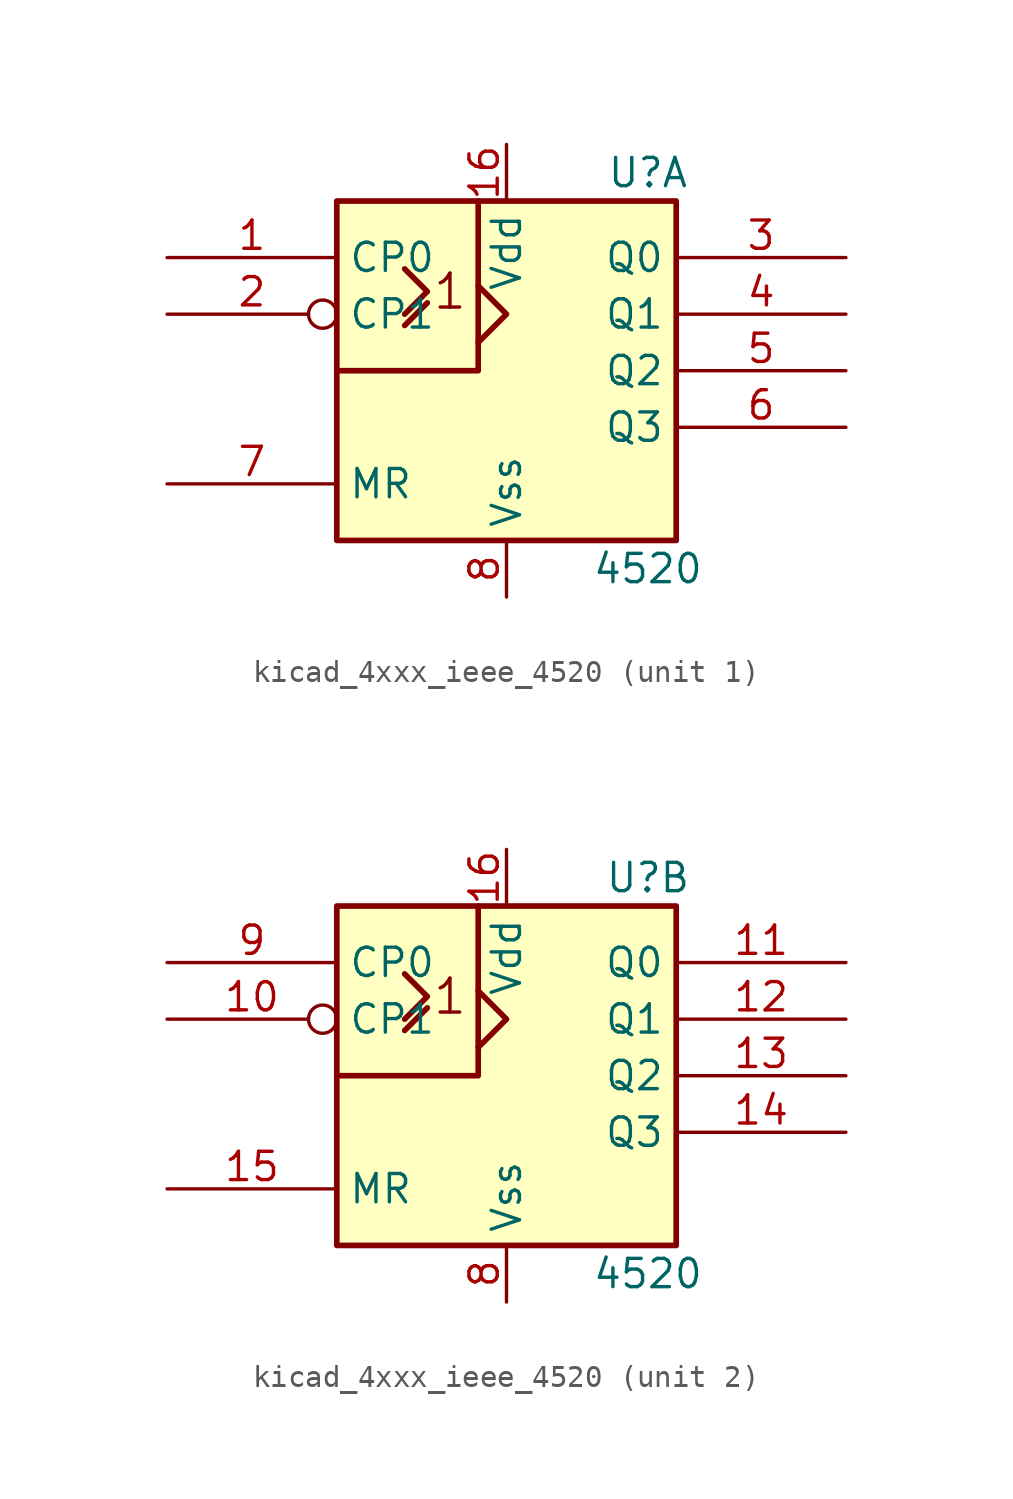
<source format=kicad_sym>
(kicad_symbol_lib
  (version 20220914)
  (generator kicad_symbol_editor)
  (symbol "kicad_4xxx_ieee_4520"
    (property "Reference" "U"
      (at 6.35 8.89 0)
      (effects (font (size 1.27 1.27))))
    (property "Value" "4520"
      (at 6.35 -8.89 0)
      (effects (font (size 1.27 1.27))))
    (symbol "kicad_4xxx_ieee_4520_0_0"
      (text "1" (at -2.54 3.556 0) (effects (font (size 1.524 1.524)))))
    (symbol "kicad_4xxx_ieee_4520_0_1"
      (rectangle (start -7.62 7.62) (end 7.62 -7.62) (stroke (width 0.254) (type default)) (fill (type background)))
      (polyline (pts (xy -4.572 2.032) (xy -3.556 3.048) (xy -3.556 3.048)) (stroke (width 0.254) (type default)) (fill (type background)))
      (polyline (pts (xy -4.572 4.572) (xy -3.556 3.556) (xy -4.572 2.54) (xy -4.572 2.54)) (stroke (width 0.254) (type default)) (fill (type background)))
      (polyline (pts (xy -1.27 3.81) (xy 0 2.54) (xy -1.27 1.27) (xy -1.27 1.27)) (stroke (width 0.254) (type default)) (fill (type background)))
      (polyline (pts (xy -1.27 7.62) (xy -1.27 0) (xy -7.62 0) (xy -6.35 0)) (stroke (width 0.254) (type default)) (fill (type background)))
      (pin power_in line (at 0 10.16 270) (length 2.54) (name "Vdd" (effects (font (size 1.27 1.27)))) (number "16" (effects (font (size 1.27 1.27)))))
      (pin power_in line (at 0 -10.16 90) (length 2.54) (name "Vss" (effects (font (size 1.27 1.27)))) (number "8" (effects (font (size 1.27 1.27))))))
    (symbol "kicad_4xxx_ieee_4520_1_1"
      (pin input line (at -15.24 5.08 0) (length 7.62) (name "CP0" (effects (font (size 1.27 1.27)))) (number "1" (effects (font (size 1.27 1.27)))))
      (pin input inverted (at -15.24 2.54 0) (length 7.62) (name "CP1" (effects (font (size 1.27 1.27)))) (number "2" (effects (font (size 1.27 1.27)))))
      (pin output line (at 15.24 5.08 180) (length 7.62) (name "Q0" (effects (font (size 1.27 1.27)))) (number "3" (effects (font (size 1.27 1.27)))))
      (pin output line (at 15.24 2.54 180) (length 7.62) (name "Q1" (effects (font (size 1.27 1.27)))) (number "4" (effects (font (size 1.27 1.27)))))
      (pin output line (at 15.24 0 180) (length 7.62) (name "Q2" (effects (font (size 1.27 1.27)))) (number "5" (effects (font (size 1.27 1.27)))))
      (pin output line (at 15.24 -2.54 180) (length 7.62) (name "Q3" (effects (font (size 1.27 1.27)))) (number "6" (effects (font (size 1.27 1.27)))))
      (pin input line (at -15.24 -5.08 0) (length 7.62) (name "MR" (effects (font (size 1.27 1.27)))) (number "7" (effects (font (size 1.27 1.27))))))
    (symbol "kicad_4xxx_ieee_4520_2_1"
      (pin input inverted (at -15.24 2.54 0) (length 7.62) (name "CP1" (effects (font (size 1.27 1.27)))) (number "10" (effects (font (size 1.27 1.27)))))
      (pin output line (at 15.24 5.08 180) (length 7.62) (name "Q0" (effects (font (size 1.27 1.27)))) (number "11" (effects (font (size 1.27 1.27)))))
      (pin output line (at 15.24 2.54 180) (length 7.62) (name "Q1" (effects (font (size 1.27 1.27)))) (number "12" (effects (font (size 1.27 1.27)))))
      (pin output line (at 15.24 0 180) (length 7.62) (name "Q2" (effects (font (size 1.27 1.27)))) (number "13" (effects (font (size 1.27 1.27)))))
      (pin output line (at 15.24 -2.54 180) (length 7.62) (name "Q3" (effects (font (size 1.27 1.27)))) (number "14" (effects (font (size 1.27 1.27)))))
      (pin input line (at -15.24 -5.08 0) (length 7.62) (name "MR" (effects (font (size 1.27 1.27)))) (number "15" (effects (font (size 1.27 1.27)))))
      (pin input line (at -15.24 5.08 0) (length 7.62) (name "CP0" (effects (font (size 1.27 1.27)))) (number "9" (effects (font (size 1.27 1.27))))))))
</source>
